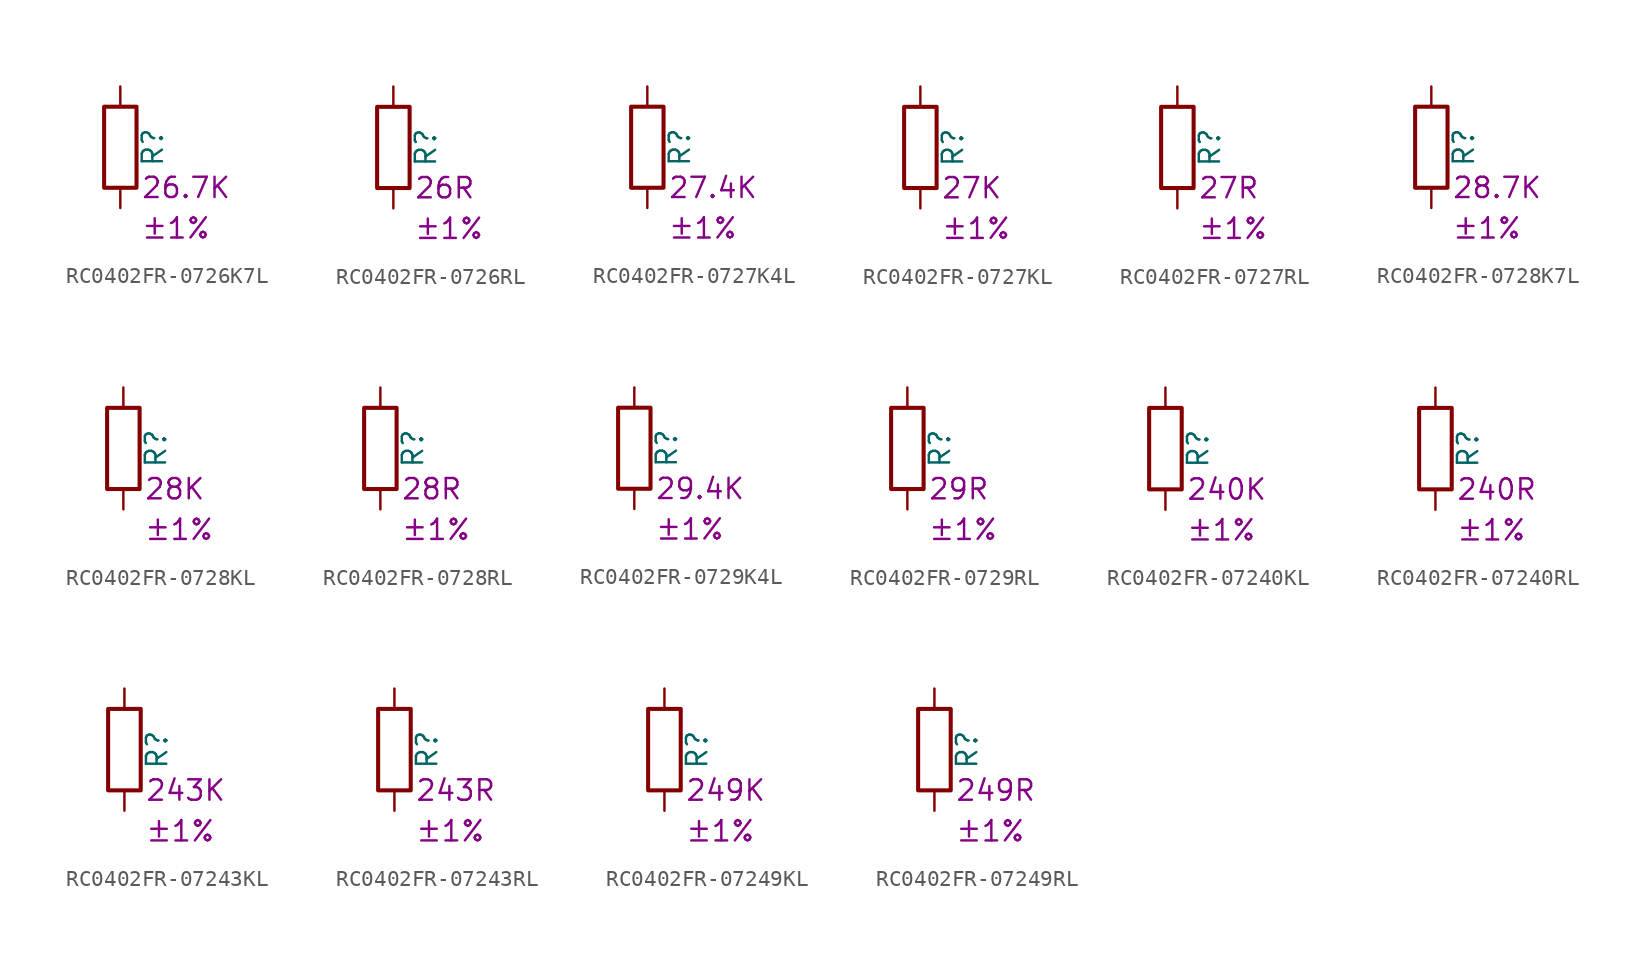
<source format=kicad_sym>
(kicad_symbol_lib
  (version 20220914)
  (generator kicad_symbol_editor)
  (symbol "RC0402FR-0726K7L"
    (pin_numbers hide)
    (pin_names
      (offset 0))
    (property "Reference" "R"
      (at 2.032 0 90)
      (effects (font (size 1.27 1.27))))
    (property "Resistance" "26.7K"
      (at 1.27 -2.54 0)
      (effects (font (size 1.27 1.27)) (justify left)))
    (property "Tolerance" "±1%"
      (at 1.27 -5.08 0)
      (effects (font (size 1.27 1.27)) (justify left)))
    (symbol "RC0402FR-0726K7L_0_1"
      (rectangle (start -1.016 -2.54) (end 1.016 2.54) (stroke (width 0.254) (type default)) (fill (type none))))
    (symbol "RC0402FR-0726K7L_1_1"
      (pin passive line (at 0 3.81 270) (length 1.27) (name "~" (effects (font (size 1.27 1.27)))) (number "1" (effects (font (size 1.27 1.27)))))
      (pin passive line (at 0 -3.81 90) (length 1.27) (name "~" (effects (font (size 1.27 1.27)))) (number "2" (effects (font (size 1.27 1.27)))))))
  (symbol "RC0402FR-0726RL"
    (pin_numbers hide)
    (pin_names
      (offset 0))
    (property "Reference" "R"
      (at 2.032 0 90)
      (effects (font (size 1.27 1.27))))
    (property "Resistance" "26R"
      (at 1.27 -2.54 0)
      (effects (font (size 1.27 1.27)) (justify left)))
    (property "Tolerance" "±1%"
      (at 1.27 -5.08 0)
      (effects (font (size 1.27 1.27)) (justify left)))
    (symbol "RC0402FR-0726RL_0_1"
      (rectangle (start -1.016 -2.54) (end 1.016 2.54) (stroke (width 0.254) (type default)) (fill (type none))))
    (symbol "RC0402FR-0726RL_1_1"
      (pin passive line (at 0 3.81 270) (length 1.27) (name "~" (effects (font (size 1.27 1.27)))) (number "1" (effects (font (size 1.27 1.27)))))
      (pin passive line (at 0 -3.81 90) (length 1.27) (name "~" (effects (font (size 1.27 1.27)))) (number "2" (effects (font (size 1.27 1.27)))))))
  (symbol "RC0402FR-0727K4L"
    (pin_numbers hide)
    (pin_names
      (offset 0))
    (property "Reference" "R"
      (at 2.032 0 90)
      (effects (font (size 1.27 1.27))))
    (property "Resistance" "27.4K"
      (at 1.27 -2.54 0)
      (effects (font (size 1.27 1.27)) (justify left)))
    (property "Tolerance" "±1%"
      (at 1.27 -5.08 0)
      (effects (font (size 1.27 1.27)) (justify left)))
    (symbol "RC0402FR-0727K4L_0_1"
      (rectangle (start -1.016 -2.54) (end 1.016 2.54) (stroke (width 0.254) (type default)) (fill (type none))))
    (symbol "RC0402FR-0727K4L_1_1"
      (pin passive line (at 0 3.81 270) (length 1.27) (name "~" (effects (font (size 1.27 1.27)))) (number "1" (effects (font (size 1.27 1.27)))))
      (pin passive line (at 0 -3.81 90) (length 1.27) (name "~" (effects (font (size 1.27 1.27)))) (number "2" (effects (font (size 1.27 1.27)))))))
  (symbol "RC0402FR-0727KL"
    (pin_numbers hide)
    (pin_names
      (offset 0))
    (property "Reference" "R"
      (at 2.032 0 90)
      (effects (font (size 1.27 1.27))))
    (property "Resistance" "27K"
      (at 1.27 -2.54 0)
      (effects (font (size 1.27 1.27)) (justify left)))
    (property "Tolerance" "±1%"
      (at 1.27 -5.08 0)
      (effects (font (size 1.27 1.27)) (justify left)))
    (symbol "RC0402FR-0727KL_0_1"
      (rectangle (start -1.016 -2.54) (end 1.016 2.54) (stroke (width 0.254) (type default)) (fill (type none))))
    (symbol "RC0402FR-0727KL_1_1"
      (pin passive line (at 0 3.81 270) (length 1.27) (name "~" (effects (font (size 1.27 1.27)))) (number "1" (effects (font (size 1.27 1.27)))))
      (pin passive line (at 0 -3.81 90) (length 1.27) (name "~" (effects (font (size 1.27 1.27)))) (number "2" (effects (font (size 1.27 1.27)))))))
  (symbol "RC0402FR-0727RL"
    (pin_numbers hide)
    (pin_names
      (offset 0))
    (property "Reference" "R"
      (at 2.032 0 90)
      (effects (font (size 1.27 1.27))))
    (property "Resistance" "27R"
      (at 1.27 -2.54 0)
      (effects (font (size 1.27 1.27)) (justify left)))
    (property "Tolerance" "±1%"
      (at 1.27 -5.08 0)
      (effects (font (size 1.27 1.27)) (justify left)))
    (symbol "RC0402FR-0727RL_0_1"
      (rectangle (start -1.016 -2.54) (end 1.016 2.54) (stroke (width 0.254) (type default)) (fill (type none))))
    (symbol "RC0402FR-0727RL_1_1"
      (pin passive line (at 0 3.81 270) (length 1.27) (name "~" (effects (font (size 1.27 1.27)))) (number "1" (effects (font (size 1.27 1.27)))))
      (pin passive line (at 0 -3.81 90) (length 1.27) (name "~" (effects (font (size 1.27 1.27)))) (number "2" (effects (font (size 1.27 1.27)))))))
  (symbol "RC0402FR-0728K7L"
    (pin_numbers hide)
    (pin_names
      (offset 0))
    (property "Reference" "R"
      (at 2.032 0 90)
      (effects (font (size 1.27 1.27))))
    (property "Resistance" "28.7K"
      (at 1.27 -2.54 0)
      (effects (font (size 1.27 1.27)) (justify left)))
    (property "Tolerance" "±1%"
      (at 1.27 -5.08 0)
      (effects (font (size 1.27 1.27)) (justify left)))
    (symbol "RC0402FR-0728K7L_0_1"
      (rectangle (start -1.016 -2.54) (end 1.016 2.54) (stroke (width 0.254) (type default)) (fill (type none))))
    (symbol "RC0402FR-0728K7L_1_1"
      (pin passive line (at 0 3.81 270) (length 1.27) (name "~" (effects (font (size 1.27 1.27)))) (number "1" (effects (font (size 1.27 1.27)))))
      (pin passive line (at 0 -3.81 90) (length 1.27) (name "~" (effects (font (size 1.27 1.27)))) (number "2" (effects (font (size 1.27 1.27)))))))
  (symbol "RC0402FR-0728KL"
    (pin_numbers hide)
    (pin_names
      (offset 0))
    (property "Reference" "R"
      (at 2.032 0 90)
      (effects (font (size 1.27 1.27))))
    (property "Resistance" "28K"
      (at 1.27 -2.54 0)
      (effects (font (size 1.27 1.27)) (justify left)))
    (property "Tolerance" "±1%"
      (at 1.27 -5.08 0)
      (effects (font (size 1.27 1.27)) (justify left)))
    (symbol "RC0402FR-0728KL_0_1"
      (rectangle (start -1.016 -2.54) (end 1.016 2.54) (stroke (width 0.254) (type default)) (fill (type none))))
    (symbol "RC0402FR-0728KL_1_1"
      (pin passive line (at 0 3.81 270) (length 1.27) (name "~" (effects (font (size 1.27 1.27)))) (number "1" (effects (font (size 1.27 1.27)))))
      (pin passive line (at 0 -3.81 90) (length 1.27) (name "~" (effects (font (size 1.27 1.27)))) (number "2" (effects (font (size 1.27 1.27)))))))
  (symbol "RC0402FR-0728RL"
    (pin_numbers hide)
    (pin_names
      (offset 0))
    (property "Reference" "R"
      (at 2.032 0 90)
      (effects (font (size 1.27 1.27))))
    (property "Resistance" "28R"
      (at 1.27 -2.54 0)
      (effects (font (size 1.27 1.27)) (justify left)))
    (property "Tolerance" "±1%"
      (at 1.27 -5.08 0)
      (effects (font (size 1.27 1.27)) (justify left)))
    (symbol "RC0402FR-0728RL_0_1"
      (rectangle (start -1.016 -2.54) (end 1.016 2.54) (stroke (width 0.254) (type default)) (fill (type none))))
    (symbol "RC0402FR-0728RL_1_1"
      (pin passive line (at 0 3.81 270) (length 1.27) (name "~" (effects (font (size 1.27 1.27)))) (number "1" (effects (font (size 1.27 1.27)))))
      (pin passive line (at 0 -3.81 90) (length 1.27) (name "~" (effects (font (size 1.27 1.27)))) (number "2" (effects (font (size 1.27 1.27)))))))
  (symbol "RC0402FR-0729K4L"
    (pin_numbers hide)
    (pin_names
      (offset 0))
    (property "Reference" "R"
      (at 2.032 0 90)
      (effects (font (size 1.27 1.27))))
    (property "Resistance" "29.4K"
      (at 1.27 -2.54 0)
      (effects (font (size 1.27 1.27)) (justify left)))
    (property "Tolerance" "±1%"
      (at 1.27 -5.08 0)
      (effects (font (size 1.27 1.27)) (justify left)))
    (symbol "RC0402FR-0729K4L_0_1"
      (rectangle (start -1.016 -2.54) (end 1.016 2.54) (stroke (width 0.254) (type default)) (fill (type none))))
    (symbol "RC0402FR-0729K4L_1_1"
      (pin passive line (at 0 3.81 270) (length 1.27) (name "~" (effects (font (size 1.27 1.27)))) (number "1" (effects (font (size 1.27 1.27)))))
      (pin passive line (at 0 -3.81 90) (length 1.27) (name "~" (effects (font (size 1.27 1.27)))) (number "2" (effects (font (size 1.27 1.27)))))))
  (symbol "RC0402FR-0729RL"
    (pin_numbers hide)
    (pin_names
      (offset 0))
    (property "Reference" "R"
      (at 2.032 0 90)
      (effects (font (size 1.27 1.27))))
    (property "Resistance" "29R"
      (at 1.27 -2.54 0)
      (effects (font (size 1.27 1.27)) (justify left)))
    (property "Tolerance" "±1%"
      (at 1.27 -5.08 0)
      (effects (font (size 1.27 1.27)) (justify left)))
    (symbol "RC0402FR-0729RL_0_1"
      (rectangle (start -1.016 -2.54) (end 1.016 2.54) (stroke (width 0.254) (type default)) (fill (type none))))
    (symbol "RC0402FR-0729RL_1_1"
      (pin passive line (at 0 3.81 270) (length 1.27) (name "~" (effects (font (size 1.27 1.27)))) (number "1" (effects (font (size 1.27 1.27)))))
      (pin passive line (at 0 -3.81 90) (length 1.27) (name "~" (effects (font (size 1.27 1.27)))) (number "2" (effects (font (size 1.27 1.27)))))))
  (symbol "RC0402FR-07240KL"
    (pin_numbers hide)
    (pin_names
      (offset 0))
    (property "Reference" "R"
      (at 2.032 0 90)
      (effects (font (size 1.27 1.27))))
    (property "Resistance" "240K"
      (at 1.27 -2.54 0)
      (effects (font (size 1.27 1.27)) (justify left)))
    (property "Tolerance" "±1%"
      (at 1.27 -5.08 0)
      (effects (font (size 1.27 1.27)) (justify left)))
    (symbol "RC0402FR-07240KL_0_1"
      (rectangle (start -1.016 -2.54) (end 1.016 2.54) (stroke (width 0.254) (type default)) (fill (type none))))
    (symbol "RC0402FR-07240KL_1_1"
      (pin passive line (at 0 3.81 270) (length 1.27) (name "~" (effects (font (size 1.27 1.27)))) (number "1" (effects (font (size 1.27 1.27)))))
      (pin passive line (at 0 -3.81 90) (length 1.27) (name "~" (effects (font (size 1.27 1.27)))) (number "2" (effects (font (size 1.27 1.27)))))))
  (symbol "RC0402FR-07240RL"
    (pin_numbers hide)
    (pin_names
      (offset 0))
    (property "Reference" "R"
      (at 2.032 0 90)
      (effects (font (size 1.27 1.27))))
    (property "Resistance" "240R"
      (at 1.27 -2.54 0)
      (effects (font (size 1.27 1.27)) (justify left)))
    (property "Tolerance" "±1%"
      (at 1.27 -5.08 0)
      (effects (font (size 1.27 1.27)) (justify left)))
    (symbol "RC0402FR-07240RL_0_1"
      (rectangle (start -1.016 -2.54) (end 1.016 2.54) (stroke (width 0.254) (type default)) (fill (type none))))
    (symbol "RC0402FR-07240RL_1_1"
      (pin passive line (at 0 3.81 270) (length 1.27) (name "~" (effects (font (size 1.27 1.27)))) (number "1" (effects (font (size 1.27 1.27)))))
      (pin passive line (at 0 -3.81 90) (length 1.27) (name "~" (effects (font (size 1.27 1.27)))) (number "2" (effects (font (size 1.27 1.27)))))))
  (symbol "RC0402FR-07243KL"
    (pin_numbers hide)
    (pin_names
      (offset 0))
    (property "Reference" "R"
      (at 2.032 0 90)
      (effects (font (size 1.27 1.27))))
    (property "Resistance" "243K"
      (at 1.27 -2.54 0)
      (effects (font (size 1.27 1.27)) (justify left)))
    (property "Tolerance" "±1%"
      (at 1.27 -5.08 0)
      (effects (font (size 1.27 1.27)) (justify left)))
    (symbol "RC0402FR-07243KL_0_1"
      (rectangle (start -1.016 -2.54) (end 1.016 2.54) (stroke (width 0.254) (type default)) (fill (type none))))
    (symbol "RC0402FR-07243KL_1_1"
      (pin passive line (at 0 3.81 270) (length 1.27) (name "~" (effects (font (size 1.27 1.27)))) (number "1" (effects (font (size 1.27 1.27)))))
      (pin passive line (at 0 -3.81 90) (length 1.27) (name "~" (effects (font (size 1.27 1.27)))) (number "2" (effects (font (size 1.27 1.27)))))))
  (symbol "RC0402FR-07243RL"
    (pin_numbers hide)
    (pin_names
      (offset 0))
    (property "Reference" "R"
      (at 2.032 0 90)
      (effects (font (size 1.27 1.27))))
    (property "Resistance" "243R"
      (at 1.27 -2.54 0)
      (effects (font (size 1.27 1.27)) (justify left)))
    (property "Tolerance" "±1%"
      (at 1.27 -5.08 0)
      (effects (font (size 1.27 1.27)) (justify left)))
    (symbol "RC0402FR-07243RL_0_1"
      (rectangle (start -1.016 -2.54) (end 1.016 2.54) (stroke (width 0.254) (type default)) (fill (type none))))
    (symbol "RC0402FR-07243RL_1_1"
      (pin passive line (at 0 3.81 270) (length 1.27) (name "~" (effects (font (size 1.27 1.27)))) (number "1" (effects (font (size 1.27 1.27)))))
      (pin passive line (at 0 -3.81 90) (length 1.27) (name "~" (effects (font (size 1.27 1.27)))) (number "2" (effects (font (size 1.27 1.27)))))))
  (symbol "RC0402FR-07249KL"
    (pin_numbers hide)
    (pin_names
      (offset 0))
    (property "Reference" "R"
      (at 2.032 0 90)
      (effects (font (size 1.27 1.27))))
    (property "Resistance" "249K"
      (at 1.27 -2.54 0)
      (effects (font (size 1.27 1.27)) (justify left)))
    (property "Tolerance" "±1%"
      (at 1.27 -5.08 0)
      (effects (font (size 1.27 1.27)) (justify left)))
    (symbol "RC0402FR-07249KL_0_1"
      (rectangle (start -1.016 -2.54) (end 1.016 2.54) (stroke (width 0.254) (type default)) (fill (type none))))
    (symbol "RC0402FR-07249KL_1_1"
      (pin passive line (at 0 3.81 270) (length 1.27) (name "~" (effects (font (size 1.27 1.27)))) (number "1" (effects (font (size 1.27 1.27)))))
      (pin passive line (at 0 -3.81 90) (length 1.27) (name "~" (effects (font (size 1.27 1.27)))) (number "2" (effects (font (size 1.27 1.27)))))))
  (symbol "RC0402FR-07249RL"
    (pin_numbers hide)
    (pin_names
      (offset 0))
    (property "Reference" "R"
      (at 2.032 0 90)
      (effects (font (size 1.27 1.27))))
    (property "Resistance" "249R"
      (at 1.27 -2.54 0)
      (effects (font (size 1.27 1.27)) (justify left)))
    (property "Tolerance" "±1%"
      (at 1.27 -5.08 0)
      (effects (font (size 1.27 1.27)) (justify left)))
    (symbol "RC0402FR-07249RL_0_1"
      (rectangle (start -1.016 -2.54) (end 1.016 2.54) (stroke (width 0.254) (type default)) (fill (type none))))
    (symbol "RC0402FR-07249RL_1_1"
      (pin passive line (at 0 3.81 270) (length 1.27) (name "~" (effects (font (size 1.27 1.27)))) (number "1" (effects (font (size 1.27 1.27)))))
      (pin passive line (at 0 -3.81 90) (length 1.27) (name "~" (effects (font (size 1.27 1.27)))) (number "2" (effects (font (size 1.27 1.27))))))))
</source>
